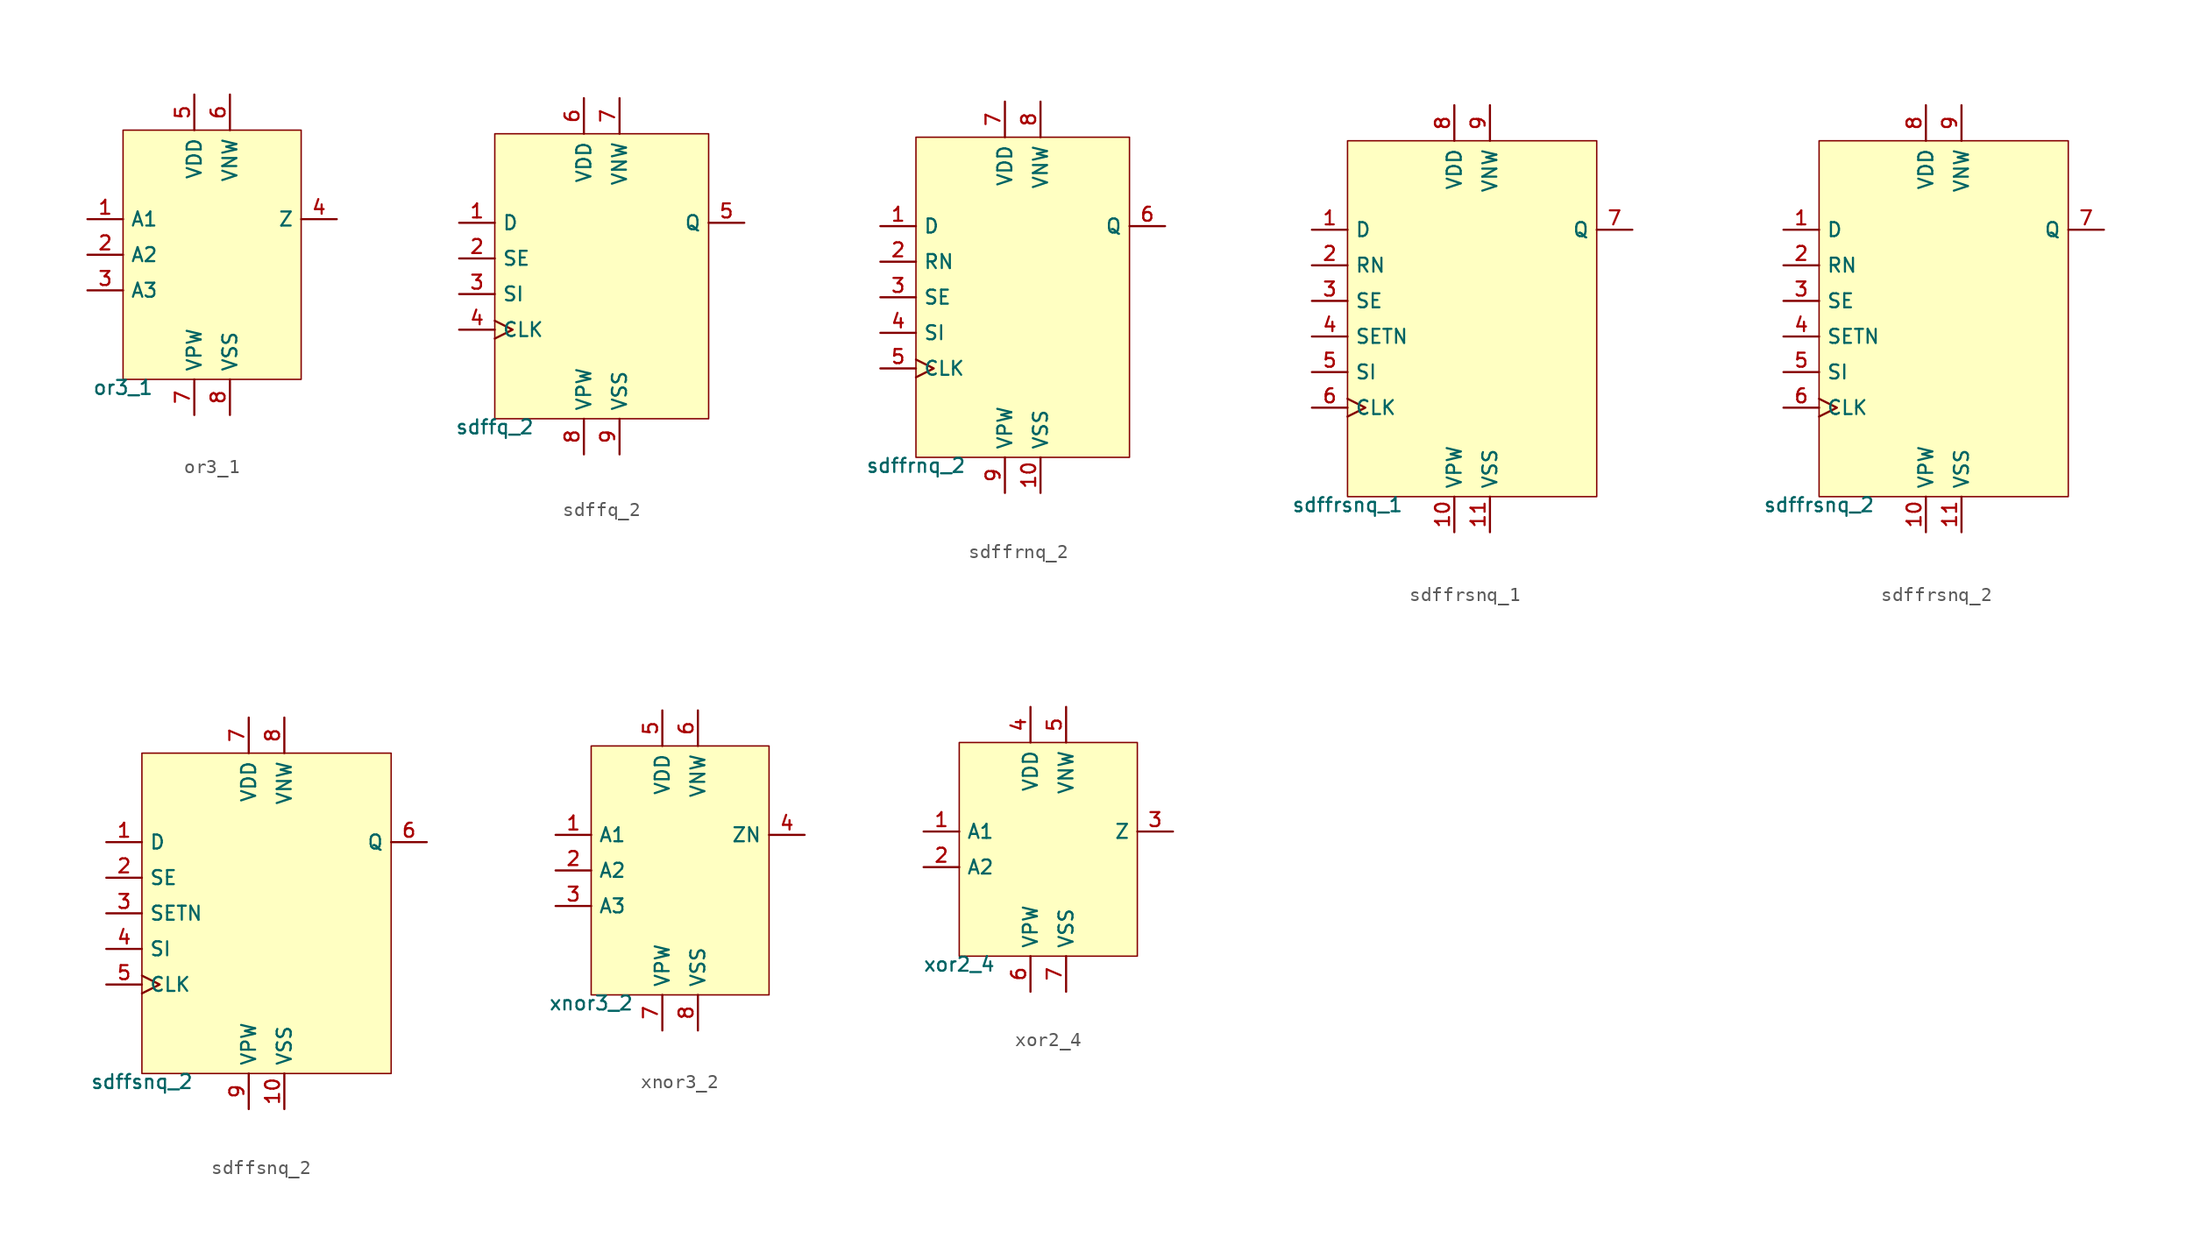
<source format=kicad_sym>
(kicad_symbol_lib
  (version 20211014)
  (generator pdk2kicad)
  (symbol "or3_1"
    (property "Reference" "X"
      (at 0 0 0)
      (effects (font (size 1 1)) hide))
    (property "Value" "or3_1"
      (at -6.35 -8.89 0)
      (effects (font (size 1 1)) (justify top)))
    (rectangle
      (start -6.35 -8.89)
      (end 6.35 8.89)
      (stroke (width 0.1) (type solid) (color 0 0 0 0))
      (fill (type background)))
    (pin input line
      (at -8.89 2.54 0)
      (length 2.54)
      (name "A1" (effects (font (size 1 1)) hide))
      (number "1" (effects (font (size 1 1)) hide)))
    (pin input line
      (at -8.89 4.440892098500626e-16 0)
      (length 2.54)
      (name "A2" (effects (font (size 1 1)) hide))
      (number "2" (effects (font (size 1 1)) hide)))
    (pin input line
      (at -8.89 -2.54 0)
      (length 2.54)
      (name "A3" (effects (font (size 1 1)) hide))
      (number "3" (effects (font (size 1 1)) hide)))
    (pin output line
      (at 8.89 2.54 180)
      (length 2.54)
      (name "Z" (effects (font (size 1 1)) hide))
      (number "4" (effects (font (size 1 1)) hide)))
    (pin power_in line
      (at -1.27 11.43 270)
      (length 2.54)
      (name "VDD" (effects (font (size 1 1)) hide))
      (number "5" (effects (font (size 1 1)) hide)))
    (pin power_in line
      (at 1.27 11.43 270)
      (length 2.54)
      (name "VNW" (effects (font (size 1 1)) hide))
      (number "6" (effects (font (size 1 1)) hide)))
    (pin power_in line
      (at -1.27 -11.43 90)
      (length 2.54)
      (name "VPW" (effects (font (size 1 1)) hide))
      (number "7" (effects (font (size 1 1)) hide)))
    (pin power_in line
      (at 1.27 -11.43 90)
      (length 2.54)
      (name "VSS" (effects (font (size 1 1)) hide))
      (number "8" (effects (font (size 1 1)) hide))))
  (symbol "sdffq_2"
    (property "Reference" "X"
      (at 0 0 0)
      (effects (font (size 1 1)) hide))
    (property "Value" "sdffq_2"
      (at -7.62 -10.16 0)
      (effects (font (size 1 1)) (justify top)))
    (rectangle
      (start -7.62 -10.16)
      (end 7.62 10.16)
      (stroke (width 0.1) (type solid) (color 0 0 0 0))
      (fill (type background)))
    (pin input line
      (at -10.16 3.81 0)
      (length 2.54)
      (name "D" (effects (font (size 1 1)) hide))
      (number "1" (effects (font (size 1 1)) hide)))
    (pin input line
      (at -10.16 1.27 0)
      (length 2.54)
      (name "SE" (effects (font (size 1 1)) hide))
      (number "2" (effects (font (size 1 1)) hide)))
    (pin input line
      (at -10.16 -1.27 0)
      (length 2.54)
      (name "SI" (effects (font (size 1 1)) hide))
      (number "3" (effects (font (size 1 1)) hide)))
    (pin input clock
      (at -10.16 -3.81 0)
      (length 2.54)
      (name "CLK" (effects (font (size 1 1)) hide))
      (number "4" (effects (font (size 1 1)) hide)))
    (pin output line
      (at 10.16 3.81 180)
      (length 2.54)
      (name "Q" (effects (font (size 1 1)) hide))
      (number "5" (effects (font (size 1 1)) hide)))
    (pin power_in line
      (at -1.27 12.7 270)
      (length 2.54)
      (name "VDD" (effects (font (size 1 1)) hide))
      (number "6" (effects (font (size 1 1)) hide)))
    (pin power_in line
      (at 1.27 12.7 270)
      (length 2.54)
      (name "VNW" (effects (font (size 1 1)) hide))
      (number "7" (effects (font (size 1 1)) hide)))
    (pin power_in line
      (at -1.27 -12.7 90)
      (length 2.54)
      (name "VPW" (effects (font (size 1 1)) hide))
      (number "8" (effects (font (size 1 1)) hide)))
    (pin power_in line
      (at 1.27 -12.7 90)
      (length 2.54)
      (name "VSS" (effects (font (size 1 1)) hide))
      (number "9" (effects (font (size 1 1)) hide))))
  (symbol "sdffrnq_2"
    (property "Reference" "X"
      (at 0 0 0)
      (effects (font (size 1 1)) hide))
    (property "Value" "sdffrnq_2"
      (at -7.62 -11.43 0)
      (effects (font (size 1 1)) (justify top)))
    (rectangle
      (start -7.62 -11.43)
      (end 7.62 11.43)
      (stroke (width 0.1) (type solid) (color 0 0 0 0))
      (fill (type background)))
    (pin input line
      (at -10.16 5.08 0)
      (length 2.54)
      (name "D" (effects (font (size 1 1)) hide))
      (number "1" (effects (font (size 1 1)) hide)))
    (pin input line
      (at -10.16 2.54 0)
      (length 2.54)
      (name "RN" (effects (font (size 1 1)) hide))
      (number "2" (effects (font (size 1 1)) hide)))
    (pin input line
      (at -10.16 -4.440892098500626e-16 0)
      (length 2.54)
      (name "SE" (effects (font (size 1 1)) hide))
      (number "3" (effects (font (size 1 1)) hide)))
    (pin input line
      (at -10.16 -2.54 0)
      (length 2.54)
      (name "SI" (effects (font (size 1 1)) hide))
      (number "4" (effects (font (size 1 1)) hide)))
    (pin input clock
      (at -10.16 -5.08 0)
      (length 2.54)
      (name "CLK" (effects (font (size 1 1)) hide))
      (number "5" (effects (font (size 1 1)) hide)))
    (pin output line
      (at 10.16 5.08 180)
      (length 2.54)
      (name "Q" (effects (font (size 1 1)) hide))
      (number "6" (effects (font (size 1 1)) hide)))
    (pin power_in line
      (at -1.27 13.97 270)
      (length 2.54)
      (name "VDD" (effects (font (size 1 1)) hide))
      (number "7" (effects (font (size 1 1)) hide)))
    (pin power_in line
      (at 1.27 13.97 270)
      (length 2.54)
      (name "VNW" (effects (font (size 1 1)) hide))
      (number "8" (effects (font (size 1 1)) hide)))
    (pin power_in line
      (at -1.27 -13.97 90)
      (length 2.54)
      (name "VPW" (effects (font (size 1 1)) hide))
      (number "9" (effects (font (size 1 1)) hide)))
    (pin power_in line
      (at 1.27 -13.97 90)
      (length 2.54)
      (name "VSS" (effects (font (size 1 1)) hide))
      (number "10" (effects (font (size 1 1)) hide))))
  (symbol "sdffrsnq_1"
    (property "Reference" "X"
      (at 0 0 0)
      (effects (font (size 1 1)) hide))
    (property "Value" "sdffrsnq_1"
      (at -8.89 -12.7 0)
      (effects (font (size 1 1)) (justify top)))
    (rectangle
      (start -8.89 -12.7)
      (end 8.89 12.7)
      (stroke (width 0.1) (type solid) (color 0 0 0 0))
      (fill (type background)))
    (pin input line
      (at -11.43 6.35 0)
      (length 2.54)
      (name "D" (effects (font (size 1 1)) hide))
      (number "1" (effects (font (size 1 1)) hide)))
    (pin input line
      (at -11.43 3.81 0)
      (length 2.54)
      (name "RN" (effects (font (size 1 1)) hide))
      (number "2" (effects (font (size 1 1)) hide)))
    (pin input line
      (at -11.43 1.27 0)
      (length 2.54)
      (name "SE" (effects (font (size 1 1)) hide))
      (number "3" (effects (font (size 1 1)) hide)))
    (pin input line
      (at -11.43 -1.27 0)
      (length 2.54)
      (name "SETN" (effects (font (size 1 1)) hide))
      (number "4" (effects (font (size 1 1)) hide)))
    (pin input line
      (at -11.43 -3.81 0)
      (length 2.54)
      (name "SI" (effects (font (size 1 1)) hide))
      (number "5" (effects (font (size 1 1)) hide)))
    (pin input clock
      (at -11.43 -6.35 0)
      (length 2.54)
      (name "CLK" (effects (font (size 1 1)) hide))
      (number "6" (effects (font (size 1 1)) hide)))
    (pin output line
      (at 11.43 6.35 180)
      (length 2.54)
      (name "Q" (effects (font (size 1 1)) hide))
      (number "7" (effects (font (size 1 1)) hide)))
    (pin power_in line
      (at -1.27 15.24 270)
      (length 2.54)
      (name "VDD" (effects (font (size 1 1)) hide))
      (number "8" (effects (font (size 1 1)) hide)))
    (pin power_in line
      (at 1.27 15.24 270)
      (length 2.54)
      (name "VNW" (effects (font (size 1 1)) hide))
      (number "9" (effects (font (size 1 1)) hide)))
    (pin power_in line
      (at -1.27 -15.24 90)
      (length 2.54)
      (name "VPW" (effects (font (size 1 1)) hide))
      (number "10" (effects (font (size 1 1)) hide)))
    (pin power_in line
      (at 1.27 -15.24 90)
      (length 2.54)
      (name "VSS" (effects (font (size 1 1)) hide))
      (number "11" (effects (font (size 1 1)) hide))))
  (symbol "sdffrsnq_2"
    (property "Reference" "X"
      (at 0 0 0)
      (effects (font (size 1 1)) hide))
    (property "Value" "sdffrsnq_2"
      (at -8.89 -12.7 0)
      (effects (font (size 1 1)) (justify top)))
    (rectangle
      (start -8.89 -12.7)
      (end 8.89 12.7)
      (stroke (width 0.1) (type solid) (color 0 0 0 0))
      (fill (type background)))
    (pin input line
      (at -11.43 6.35 0)
      (length 2.54)
      (name "D" (effects (font (size 1 1)) hide))
      (number "1" (effects (font (size 1 1)) hide)))
    (pin input line
      (at -11.43 3.81 0)
      (length 2.54)
      (name "RN" (effects (font (size 1 1)) hide))
      (number "2" (effects (font (size 1 1)) hide)))
    (pin input line
      (at -11.43 1.27 0)
      (length 2.54)
      (name "SE" (effects (font (size 1 1)) hide))
      (number "3" (effects (font (size 1 1)) hide)))
    (pin input line
      (at -11.43 -1.27 0)
      (length 2.54)
      (name "SETN" (effects (font (size 1 1)) hide))
      (number "4" (effects (font (size 1 1)) hide)))
    (pin input line
      (at -11.43 -3.81 0)
      (length 2.54)
      (name "SI" (effects (font (size 1 1)) hide))
      (number "5" (effects (font (size 1 1)) hide)))
    (pin input clock
      (at -11.43 -6.35 0)
      (length 2.54)
      (name "CLK" (effects (font (size 1 1)) hide))
      (number "6" (effects (font (size 1 1)) hide)))
    (pin output line
      (at 11.43 6.35 180)
      (length 2.54)
      (name "Q" (effects (font (size 1 1)) hide))
      (number "7" (effects (font (size 1 1)) hide)))
    (pin power_in line
      (at -1.27 15.24 270)
      (length 2.54)
      (name "VDD" (effects (font (size 1 1)) hide))
      (number "8" (effects (font (size 1 1)) hide)))
    (pin power_in line
      (at 1.27 15.24 270)
      (length 2.54)
      (name "VNW" (effects (font (size 1 1)) hide))
      (number "9" (effects (font (size 1 1)) hide)))
    (pin power_in line
      (at -1.27 -15.24 90)
      (length 2.54)
      (name "VPW" (effects (font (size 1 1)) hide))
      (number "10" (effects (font (size 1 1)) hide)))
    (pin power_in line
      (at 1.27 -15.24 90)
      (length 2.54)
      (name "VSS" (effects (font (size 1 1)) hide))
      (number "11" (effects (font (size 1 1)) hide))))
  (symbol "sdffsnq_2"
    (property "Reference" "X"
      (at 0 0 0)
      (effects (font (size 1 1)) hide))
    (property "Value" "sdffsnq_2"
      (at -8.89 -11.43 0)
      (effects (font (size 1 1)) (justify top)))
    (rectangle
      (start -8.89 -11.43)
      (end 8.89 11.43)
      (stroke (width 0.1) (type solid) (color 0 0 0 0))
      (fill (type background)))
    (pin input line
      (at -11.43 5.08 0)
      (length 2.54)
      (name "D" (effects (font (size 1 1)) hide))
      (number "1" (effects (font (size 1 1)) hide)))
    (pin input line
      (at -11.43 2.54 0)
      (length 2.54)
      (name "SE" (effects (font (size 1 1)) hide))
      (number "2" (effects (font (size 1 1)) hide)))
    (pin input line
      (at -11.43 -4.440892098500626e-16 0)
      (length 2.54)
      (name "SETN" (effects (font (size 1 1)) hide))
      (number "3" (effects (font (size 1 1)) hide)))
    (pin input line
      (at -11.43 -2.54 0)
      (length 2.54)
      (name "SI" (effects (font (size 1 1)) hide))
      (number "4" (effects (font (size 1 1)) hide)))
    (pin input clock
      (at -11.43 -5.08 0)
      (length 2.54)
      (name "CLK" (effects (font (size 1 1)) hide))
      (number "5" (effects (font (size 1 1)) hide)))
    (pin output line
      (at 11.43 5.08 180)
      (length 2.54)
      (name "Q" (effects (font (size 1 1)) hide))
      (number "6" (effects (font (size 1 1)) hide)))
    (pin power_in line
      (at -1.27 13.97 270)
      (length 2.54)
      (name "VDD" (effects (font (size 1 1)) hide))
      (number "7" (effects (font (size 1 1)) hide)))
    (pin power_in line
      (at 1.27 13.97 270)
      (length 2.54)
      (name "VNW" (effects (font (size 1 1)) hide))
      (number "8" (effects (font (size 1 1)) hide)))
    (pin power_in line
      (at -1.27 -13.97 90)
      (length 2.54)
      (name "VPW" (effects (font (size 1 1)) hide))
      (number "9" (effects (font (size 1 1)) hide)))
    (pin power_in line
      (at 1.27 -13.97 90)
      (length 2.54)
      (name "VSS" (effects (font (size 1 1)) hide))
      (number "10" (effects (font (size 1 1)) hide))))
  (symbol "xnor3_2"
    (property "Reference" "X"
      (at 0 0 0)
      (effects (font (size 1 1)) hide))
    (property "Value" "xnor3_2"
      (at -6.35 -8.89 0)
      (effects (font (size 1 1)) (justify top)))
    (rectangle
      (start -6.35 -8.89)
      (end 6.35 8.89)
      (stroke (width 0.1) (type solid) (color 0 0 0 0))
      (fill (type background)))
    (pin input line
      (at -8.89 2.54 0)
      (length 2.54)
      (name "A1" (effects (font (size 1 1)) hide))
      (number "1" (effects (font (size 1 1)) hide)))
    (pin input line
      (at -8.89 4.440892098500626e-16 0)
      (length 2.54)
      (name "A2" (effects (font (size 1 1)) hide))
      (number "2" (effects (font (size 1 1)) hide)))
    (pin input line
      (at -8.89 -2.54 0)
      (length 2.54)
      (name "A3" (effects (font (size 1 1)) hide))
      (number "3" (effects (font (size 1 1)) hide)))
    (pin output line
      (at 8.89 2.54 180)
      (length 2.54)
      (name "ZN" (effects (font (size 1 1)) hide))
      (number "4" (effects (font (size 1 1)) hide)))
    (pin power_in line
      (at -1.27 11.43 270)
      (length 2.54)
      (name "VDD" (effects (font (size 1 1)) hide))
      (number "5" (effects (font (size 1 1)) hide)))
    (pin power_in line
      (at 1.27 11.43 270)
      (length 2.54)
      (name "VNW" (effects (font (size 1 1)) hide))
      (number "6" (effects (font (size 1 1)) hide)))
    (pin power_in line
      (at -1.27 -11.43 90)
      (length 2.54)
      (name "VPW" (effects (font (size 1 1)) hide))
      (number "7" (effects (font (size 1 1)) hide)))
    (pin power_in line
      (at 1.27 -11.43 90)
      (length 2.54)
      (name "VSS" (effects (font (size 1 1)) hide))
      (number "8" (effects (font (size 1 1)) hide))))
  (symbol "xor2_4"
    (property "Reference" "X"
      (at 0 0 0)
      (effects (font (size 1 1)) hide))
    (property "Value" "xor2_4"
      (at -6.35 -7.62 0)
      (effects (font (size 1 1)) (justify top)))
    (rectangle
      (start -6.35 -7.62)
      (end 6.35 7.62)
      (stroke (width 0.1) (type solid) (color 0 0 0 0))
      (fill (type background)))
    (pin input line
      (at -8.89 1.27 0)
      (length 2.54)
      (name "A1" (effects (font (size 1 1)) hide))
      (number "1" (effects (font (size 1 1)) hide)))
    (pin input line
      (at -8.89 -1.27 0)
      (length 2.54)
      (name "A2" (effects (font (size 1 1)) hide))
      (number "2" (effects (font (size 1 1)) hide)))
    (pin output line
      (at 8.89 1.27 180)
      (length 2.54)
      (name "Z" (effects (font (size 1 1)) hide))
      (number "3" (effects (font (size 1 1)) hide)))
    (pin power_in line
      (at -1.27 10.16 270)
      (length 2.54)
      (name "VDD" (effects (font (size 1 1)) hide))
      (number "4" (effects (font (size 1 1)) hide)))
    (pin power_in line
      (at 1.27 10.16 270)
      (length 2.54)
      (name "VNW" (effects (font (size 1 1)) hide))
      (number "5" (effects (font (size 1 1)) hide)))
    (pin power_in line
      (at -1.27 -10.16 90)
      (length 2.54)
      (name "VPW" (effects (font (size 1 1)) hide))
      (number "6" (effects (font (size 1 1)) hide)))
    (pin power_in line
      (at 1.27 -10.16 90)
      (length 2.54)
      (name "VSS" (effects (font (size 1 1)) hide))
      (number "7" (effects (font (size 1 1)) hide)))))
</source>
